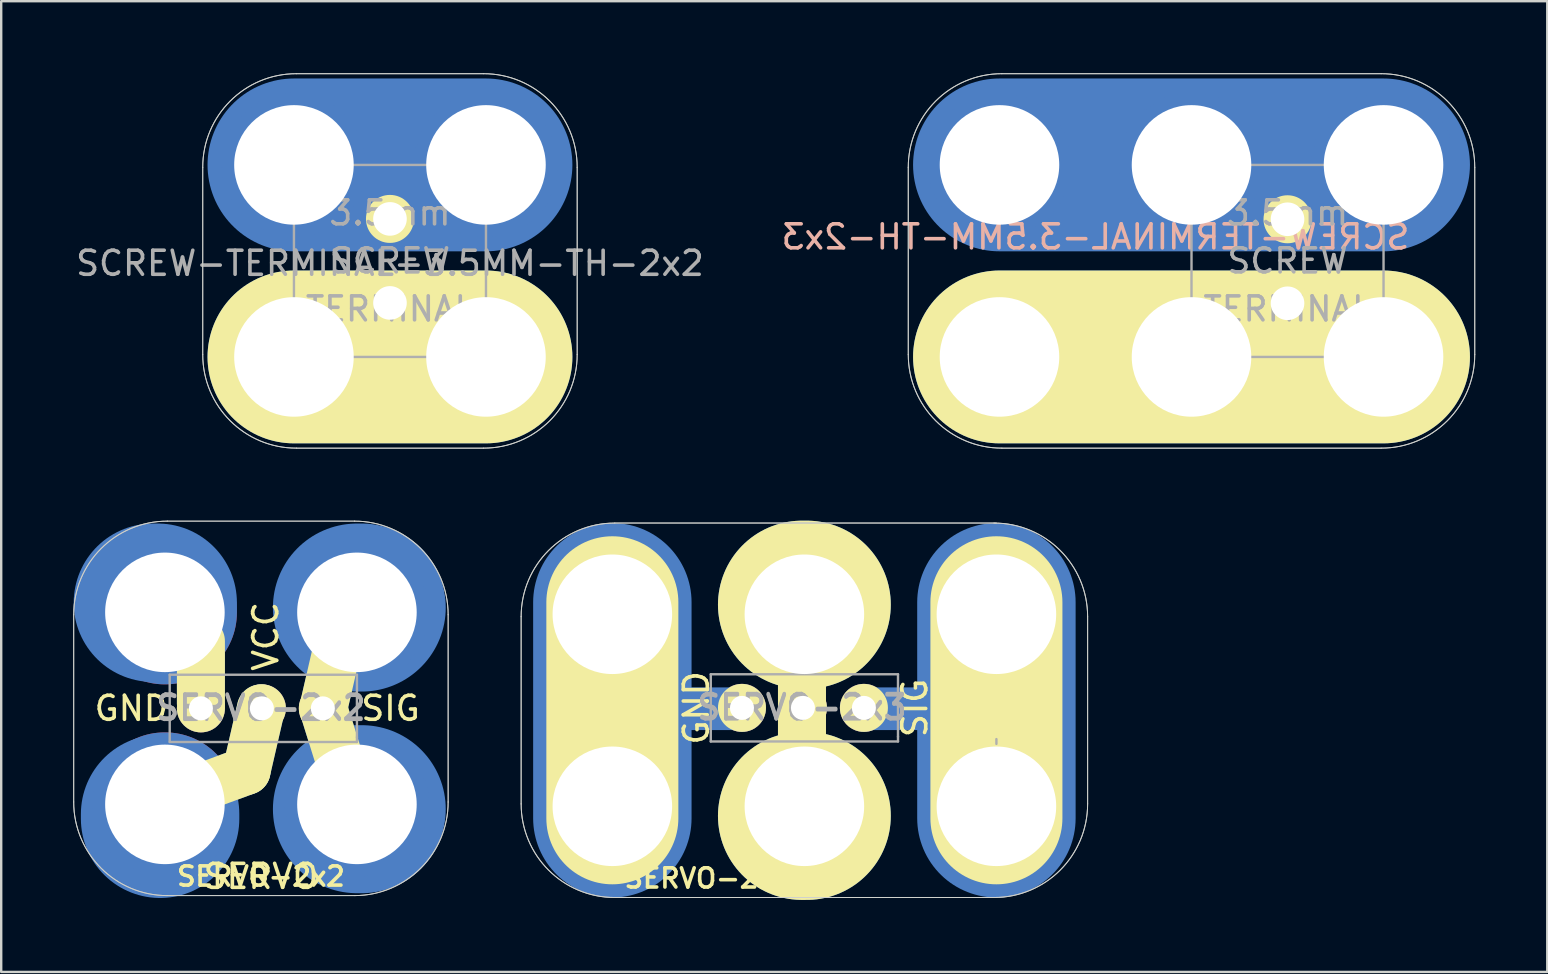
<source format=kicad_pcb>
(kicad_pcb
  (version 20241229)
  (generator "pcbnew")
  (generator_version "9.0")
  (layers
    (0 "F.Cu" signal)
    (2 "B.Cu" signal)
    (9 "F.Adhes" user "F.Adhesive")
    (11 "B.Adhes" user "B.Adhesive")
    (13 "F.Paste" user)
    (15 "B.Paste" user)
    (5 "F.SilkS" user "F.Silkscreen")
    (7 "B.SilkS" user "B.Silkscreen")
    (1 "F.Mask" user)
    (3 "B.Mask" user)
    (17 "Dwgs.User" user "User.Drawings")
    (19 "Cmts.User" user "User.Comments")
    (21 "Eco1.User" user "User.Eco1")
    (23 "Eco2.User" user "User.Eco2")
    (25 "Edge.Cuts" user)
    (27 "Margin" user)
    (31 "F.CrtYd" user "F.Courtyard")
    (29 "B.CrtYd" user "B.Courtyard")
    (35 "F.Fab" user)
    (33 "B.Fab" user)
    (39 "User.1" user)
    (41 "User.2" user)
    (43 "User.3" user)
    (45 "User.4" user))
  (footprint "SCREW-TERMINAL-3.5MM-TH-2x2"
    (layer "F.Cu")
    (at 9.196 11.82)
    (property "Reference" "SCREW-TERMINAL-3.5MM-TH-2x2" (at 4 -3.9 0) (layer "F.Fab") (effects (font (size 1 1) (thickness 0.15))))
    (attr through_hole)
    (fp_line (start 8 -8) (end 0 -8) (stroke (width 7.2) (type solid)) (layer "B.Cu"))
    (fp_line (start 8 0) (end 0 0) (stroke (width 7.2) (type solid)) (layer "B.Cu"))
    (fp_line (start 0 0) (end 8 0) (stroke (width 7.2) (type solid)) (layer "B.Mask"))
    (fp_line (start 8 -8) (end 0 -8) (stroke (width 7.2) (type solid)) (layer "B.Mask"))
    (fp_line (start 0 0) (end 8 0) (stroke (width 7.2) (type solid)) (layer "F.SilkS"))
    (fp_line (start -3.8 -0.1) (end -3.8 -7.9) (stroke (width 0.041) (type solid)) (layer "Edge.Cuts"))
    (fp_line (start 7.9 -11.8) (end 0.1 -11.8) (stroke (width 0.041) (type solid)) (layer "Edge.Cuts"))
    (fp_line (start 7.9 3.8) (end 0.1 3.8) (stroke (width 0.041) (type solid)) (layer "Edge.Cuts"))
    (fp_line (start 11.8 -0.1) (end 11.8 -7.9) (stroke (width 0.041) (type solid)) (layer "Edge.Cuts"))
    (fp_arc (start -3.8 -7.9) (mid -2.657716 -10.657716) (end 0.1 -11.8) (stroke (width 0.04064) (type solid)) (layer "Edge.Cuts"))
    (fp_arc (start 0.1 3.8) (mid -2.657716 2.657716) (end -3.8 -0.1) (stroke (width 0.04064) (type solid)) (layer "Edge.Cuts"))
    (fp_arc (start 7.9 -11.8) (mid 10.657716 -10.657716) (end 11.8 -7.9) (stroke (width 0.04064) (type solid)) (layer "Edge.Cuts"))
    (fp_arc (start 11.8 -0.1) (mid 10.657716 2.657716) (end 7.9 3.8) (stroke (width 0.04064) (type solid)) (layer "Edge.Cuts"))
    (fp_line (start -3.8 -0.1) (end -3.8 -7.9) (stroke (width 0.041) (type solid)) (layer "F.Fab"))
    (fp_line (start 0 -8) (end 8 -8) (stroke (width 0.1) (type solid)) (layer "F.Fab"))
    (fp_line (start 0 0) (end 0 -8) (stroke (width 0.1) (type solid)) (layer "F.Fab"))
    (fp_line (start 7.9 -11.8) (end 0.1 -11.8) (stroke (width 0.041) (type solid)) (layer "F.Fab"))
    (fp_line (start 7.9 3.8) (end 0.1 3.8) (stroke (width 0.041) (type solid)) (layer "F.Fab"))
    (fp_line (start 8 -8) (end 8 0) (stroke (width 0.1) (type solid)) (layer "F.Fab"))
    (fp_line (start 8 0) (end 0 0) (stroke (width 0.1) (type solid)) (layer "F.Fab"))
    (fp_line (start 11.8 -0.1) (end 11.8 -7.9) (stroke (width 0.041) (type solid)) (layer "F.Fab"))
    (fp_arc (start -3.8 -7.9) (mid -2.657716 -10.657716) (end 0.1 -11.8) (stroke (width 0.04064) (type solid)) (layer "F.Fab"))
    (fp_arc (start 0.1 3.8) (mid -2.657716 2.657716) (end -3.8 -0.1) (stroke (width 0.04064) (type solid)) (layer "F.Fab"))
    (fp_arc (start 7.9 -11.8) (mid 10.657716 -10.657716) (end 11.8 -7.9) (stroke (width 0.04064) (type solid)) (layer "F.Fab"))
    (fp_arc (start 11.8 -0.1) (mid 10.657716 2.657716) (end 7.9 3.8) (stroke (width 0.04064) (type solid)) (layer "F.Fab"))
    (fp_text user "3.5mm" (at 4 -6 0) (layer "F.Fab") (effects (font (size 1 1) (thickness 0.15))))
    (fp_text user "TERMINAL" (at 4 -2 0) (layer "F.Fab") (effects (font (size 1 1) (thickness 0.15))))
    (fp_text user "SCREW" (at 4 -4 0) (layer "F.Fab") (effects (font (size 1 1) (thickness 0.15))))
    (pad "1" thru_hole circle (at 0 -8) (size 6 6) (drill 4.98) (layers "*.Cu" "*.Mask"))
    (pad "1" thru_hole circle (at 4 -5.75) (size 2 2) (drill 1.4) (layers "*.Cu" "*.Mask" "F.SilkS"))
    (pad "1" thru_hole circle (at 8 -8) (size 6 6) (drill 4.98) (layers "*.Cu" "*.Mask"))
    (pad "2" thru_hole circle (at 0 0) (size 6 6) (drill 4.98) (layers "*.Cu" "*.Mask"))
    (pad "2" thru_hole circle (at 4 -2.25 270) (size 1.9 1.9) (drill 1.4) (layers "*.Cu" "*.Mask" "F.SilkS"))
    (pad "2" thru_hole circle (at 8 0) (size 6 6) (drill 4.98) (layers "*.Cu" "*.Mask")))
  (footprint "SERVO-2x2"
    (layer "F.Cu")
    (at 3.82 30.461)
    (property "Reference" "SERVO-2x2" (at 4 3 0) (layer "F.SilkS") (effects (font (size 0.8 0.8) (thickness 0.15))))
    (attr through_hole)
    (fp_line (start -0.3 -8.4) (end -0.5 -8.4) (stroke (width 6.6) (type solid)) (layer "B.Cu"))
    (fp_line (start -0.2 0.6) (end -0.2 0.4) (stroke (width 6.6) (type solid)) (layer "B.Cu"))
    (fp_line (start 1.5 -4.2) (end 1.5 -6.8) (stroke (width 2) (type solid)) (layer "B.Cu"))
    (fp_line (start 3.4 -1.4) (end -0.4 0) (stroke (width 2) (type solid)) (layer "B.Cu"))
    (fp_line (start 3.4 -1.4) (end 4 -4) (stroke (width 2) (type solid)) (layer "B.Cu"))
    (fp_line (start 6.6 -4) (end 7.2 -6.6) (stroke (width 2) (type solid)) (layer "B.Cu"))
    (fp_line (start 7.6 -0.8) (end 6.6 -4) (stroke (width 2) (type solid)) (layer "B.Cu"))
    (fp_line (start 8 -8.2) (end 8.2 -8.2) (stroke (width 7) (type solid)) (layer "B.Cu"))
    (fp_line (start 8 0.2) (end 8.2 0.2) (stroke (width 7) (type solid)) (layer "B.Cu"))
    (fp_line (start -0.3 -8.4) (end -0.5 -8.4) (stroke (width 6.6) (type solid)) (layer "B.Mask"))
    (fp_line (start -0.2 0.6) (end -0.2 0.4) (stroke (width 6.6) (type solid)) (layer "B.Mask"))
    (fp_line (start 8 -8.2) (end 8.2 -8.2) (stroke (width 7) (type solid)) (layer "B.Mask"))
    (fp_line (start 8 0.2) (end 8.2 0.2) (stroke (width 7) (type solid)) (layer "B.Mask"))
    (fp_line (start 1.5 -4.2) (end 1.5 -6.8) (stroke (width 2) (type solid)) (layer "F.SilkS"))
    (fp_line (start 3.4 -1.4) (end -0.4 0) (stroke (width 2) (type solid)) (layer "F.SilkS"))
    (fp_line (start 3.4 -1.4) (end 4 -4) (stroke (width 2) (type solid)) (layer "F.SilkS"))
    (fp_line (start 6.6 -4) (end 7.2 -6.6) (stroke (width 2) (type solid)) (layer "F.SilkS"))
    (fp_line (start 7.6 -0.8) (end 6.6 -4) (stroke (width 2) (type solid)) (layer "F.SilkS"))
    (fp_line (start -3.8 -0.1) (end -3.8 -7.9) (stroke (width 0.041) (type solid)) (layer "Edge.Cuts"))
    (fp_line (start 7.9 -11.8) (end 0.1 -11.8) (stroke (width 0.041) (type solid)) (layer "Edge.Cuts"))
    (fp_line (start 7.9 3.8) (end 0.1 3.8) (stroke (width 0.041) (type solid)) (layer "Edge.Cuts"))
    (fp_line (start 11.8 -0.1) (end 11.8 -7.9) (stroke (width 0.041) (type solid)) (layer "Edge.Cuts"))
    (fp_arc (start -3.8 -7.9) (mid -2.657716 -10.657716) (end 0.1 -11.8) (stroke (width 0.04064) (type solid)) (layer "Edge.Cuts"))
    (fp_arc (start 0.1 3.8) (mid -2.657716 2.657716) (end -3.8 -0.1) (stroke (width 0.04064) (type solid)) (layer "Edge.Cuts"))
    (fp_arc (start 7.9 -11.8) (mid 10.657716 -10.657716) (end 11.8 -7.9) (stroke (width 0.04064) (type solid)) (layer "Edge.Cuts"))
    (fp_arc (start 11.8 -0.1) (mid 10.657716 2.657716) (end 7.9 3.8) (stroke (width 0.04064) (type solid)) (layer "Edge.Cuts"))
    (fp_line (start -3.8 -0.1) (end -3.8 -7.9) (stroke (width 0.041) (type solid)) (layer "F.Fab"))
    (fp_line (start 0.2 -5.4) (end 8 -5.4) (stroke (width 0.1) (type solid)) (layer "F.Fab"))
    (fp_line (start 0.2 -2.6) (end 0.2 -5.4) (stroke (width 0.1) (type solid)) (layer "F.Fab"))
    (fp_line (start 7.9 -11.8) (end 0.1 -11.8) (stroke (width 0.041) (type solid)) (layer "F.Fab"))
    (fp_line (start 7.9 3.8) (end 0.1 3.8) (stroke (width 0.041) (type solid)) (layer "F.Fab"))
    (fp_line (start 8 -5.4) (end 8 -2.8) (stroke (width 0.1) (type solid)) (layer "F.Fab"))
    (fp_line (start 8 -2.8) (end 8 -2.6) (stroke (width 0.1) (type solid)) (layer "F.Fab"))
    (fp_line (start 8 -2.6) (end 0.2 -2.6) (stroke (width 0.1) (type solid)) (layer "F.Fab"))
    (fp_line (start 11.8 -0.1) (end 11.8 -7.9) (stroke (width 0.041) (type solid)) (layer "F.Fab"))
    (fp_arc (start -3.8 -7.9) (mid -2.657716 -10.657716) (end 0.1 -11.8) (stroke (width 0.04064) (type solid)) (layer "F.Fab"))
    (fp_arc (start 0.1 3.8) (mid -2.657716 2.657716) (end -3.8 -0.1) (stroke (width 0.04064) (type solid)) (layer "F.Fab"))
    (fp_arc (start 7.9 -11.8) (mid 10.657716 -10.657716) (end 11.8 -7.9) (stroke (width 0.04064) (type solid)) (layer "F.Fab"))
    (fp_arc (start 11.8 -0.1) (mid 10.657716 2.657716) (end 7.9 3.8) (stroke (width 0.04064) (type solid)) (layer "F.Fab"))
    (fp_text user "SIG" (at 9.4 -4 180) (layer "F.SilkS") (effects (font (size 1 1) (thickness 0.15))))
    (fp_text user "SERVO" (at 4 3 0) (layer "F.SilkS") (effects (font (size 1 1) (thickness 0.15))))
    (fp_text user "GND" (at -1.4 -4 180) (layer "F.SilkS") (effects (font (size 1 1) (thickness 0.15))))
    (fp_text user "VCC" (at 4.2 -7 90) (layer "F.SilkS") (effects (font (size 1 1) (thickness 0.15))))
    (fp_text user "${REFERENCE}" (at 4 -4 0) (layer "F.Fab") (effects (font (size 1 1) (thickness 0.15))))
    (fp_text user "${REFERENCE}" (at 4 -4.05 0) (layer "F.Fab") (effects (font (size 1 1) (thickness 0.15))))
    (pad "GND" thru_hole circle (at 0 -8) (size 6 6) (drill 4.98) (layers "*.Cu" "*.Mask"))
    (pad "GND" thru_hole circle (at 1.5 -4) (size 2 2) (drill 1.001) (layers "*.Cu" "*.Mask" "F.SilkS"))
    (pad "SIG" thru_hole circle (at 6.58 -4) (size 2 2) (drill 1.001) (layers "*.Cu" "*.Mask" "F.SilkS"))
    (pad "SIG" thru_hole circle (at 8 -8) (size 6 6) (drill 4.98) (layers "*.Cu" "*.Mask"))
    (pad "SIG" thru_hole circle (at 8 0) (size 6 6) (drill 4.98) (layers "*.Cu" "*.Mask"))
    (pad "VCC" thru_hole circle (at 0 0) (size 6 6) (drill 4.98) (layers "*.Cu" "*.Mask"))
    (pad "VCC" thru_hole circle (at 4.04 -4) (size 2 2) (drill 1.001) (layers "*.Cu" "*.Mask" "F.SilkS")))
  (footprint "SCREW-TERMINAL-3.5MM-TH-2x3"
    (layer "F.Cu")
    (at 46.589 11.82)
    (property "Reference" "SCREW-TERMINAL-3.5MM-TH-2x3" (at -4 -5 0) (layer "B.SilkS") (effects (font (size 1 1) (thickness 0.15)) (justify mirror)))
    (attr through_hole)
    (fp_line (start 8 -8) (end -8 -8) (stroke (width 7.2) (type solid)) (layer "B.Cu"))
    (fp_line (start 8 0) (end -8 0) (stroke (width 7.2) (type solid)) (layer "B.Cu"))
    (fp_line (start 8 -8) (end -8 -8) (stroke (width 7.2) (type solid)) (layer "B.Mask"))
    (fp_line (start 8 0) (end -8 0) (stroke (width 7.2) (type solid)) (layer "B.Mask"))
    (fp_line (start 8 0) (end -8 0) (stroke (width 7.2) (type solid)) (layer "F.SilkS"))
    (fp_line (start -11.8 -0.1) (end -11.8 -7.9) (stroke (width 0.041) (type solid)) (layer "Edge.Cuts"))
    (fp_line (start 7.9 -11.8) (end -7.9 -11.8) (stroke (width 0.041) (type solid)) (layer "Edge.Cuts"))
    (fp_line (start 7.9 3.8) (end -7.9 3.8) (stroke (width 0.041) (type solid)) (layer "Edge.Cuts"))
    (fp_line (start 11.8 -0.1) (end 11.8 -7.9) (stroke (width 0.041) (type solid)) (layer "Edge.Cuts"))
    (fp_arc (start -11.8 -7.9) (mid -10.657716 -10.657716) (end -7.9 -11.8) (stroke (width 0.04064) (type solid)) (layer "Edge.Cuts"))
    (fp_arc (start -7.9 3.8) (mid -10.657716 2.657716) (end -11.8 -0.1) (stroke (width 0.04064) (type solid)) (layer "Edge.Cuts"))
    (fp_arc (start 7.9 -11.8) (mid 10.657716 -10.657716) (end 11.8 -7.9) (stroke (width 0.04064) (type solid)) (layer "Edge.Cuts"))
    (fp_arc (start 11.8 -0.1) (mid 10.657716 2.657716) (end 7.9 3.8) (stroke (width 0.04064) (type solid)) (layer "Edge.Cuts"))
    (fp_line (start -11.8 -0.1) (end -11.8 -7.9) (stroke (width 0.041) (type solid)) (layer "F.Fab"))
    (fp_line (start 0 -8) (end 0 0) (stroke (width 0.1) (type solid)) (layer "F.Fab"))
    (fp_line (start 0 0) (end 8 0) (stroke (width 0.1) (type solid)) (layer "F.Fab"))
    (fp_line (start 7.9 -11.8) (end -7.9 -11.8) (stroke (width 0.041) (type solid)) (layer "F.Fab"))
    (fp_line (start 7.9 3.8) (end -7.9 3.8) (stroke (width 0.041) (type solid)) (layer "F.Fab"))
    (fp_line (start 8 -8) (end 0 -8) (stroke (width 0.1) (type solid)) (layer "F.Fab"))
    (fp_line (start 8 0) (end 8 -8) (stroke (width 0.1) (type solid)) (layer "F.Fab"))
    (fp_line (start 11.8 -0.1) (end 11.8 -7.9) (stroke (width 0.041) (type solid)) (layer "F.Fab"))
    (fp_arc (start -11.8 -7.9) (mid -10.657716 -10.657716) (end -7.9 -11.8) (stroke (width 0.04064) (type solid)) (layer "F.Fab"))
    (fp_arc (start -7.9 3.8) (mid -10.657716 2.657716) (end -11.8 -0.1) (stroke (width 0.04064) (type solid)) (layer "F.Fab"))
    (fp_arc (start 7.9 -11.8) (mid 10.657716 -10.657716) (end 11.8 -7.9) (stroke (width 0.04064) (type solid)) (layer "F.Fab"))
    (fp_arc (start 11.8 -0.1) (mid 10.657716 2.657716) (end 7.9 3.8) (stroke (width 0.04064) (type solid)) (layer "F.Fab"))
    (fp_text user "SCREW" (at 4 -4 0) (layer "F.Fab") (effects (font (size 1 1) (thickness 0.15))))
    (fp_text user "TERMINAL" (at 4 -2 0) (layer "F.Fab") (effects (font (size 1 1) (thickness 0.15))))
    (fp_text user "3.5mm" (at 4 -6 0) (layer "F.Fab") (effects (font (size 1 1) (thickness 0.15))))
    (pad "+" thru_hole circle (at -8 -8) (size 6 6) (drill 4.98) (layers "*.Cu" "*.Mask"))
    (pad "+" thru_hole circle (at 0 -8) (size 6 6) (drill 4.98) (layers "*.Cu" "*.Mask"))
    (pad "+" thru_hole circle (at 4 -5.735) (size 2 2) (drill 1.4) (layers "*.Cu" "*.Mask" "F.SilkS"))
    (pad "+" thru_hole circle (at 8 -8) (size 6 6) (drill 4.98) (layers "*.Cu" "*.Mask"))
    (pad "-" thru_hole circle (at -8 0) (size 6 6) (drill 4.98) (layers "*.Cu" "*.Mask"))
    (pad "-" thru_hole circle (at 0 0) (size 6 6) (drill 4.98) (layers "*.Cu" "*.Mask"))
    (pad "-" thru_hole circle (at 4 -2.235 270) (size 1.9 1.9) (drill 1.4) (layers "*.Cu" "*.Mask" "F.SilkS"))
    (pad "-" thru_hole circle (at 8 0) (size 6 6) (drill 4.98) (layers "*.Cu" "*.Mask")))
  (footprint "SERVO-2x3"
    (layer "F.Cu")
    (at 22.461 30.541)
    (property "Reference" "SERVO-2x3" (at 4 3 0) (layer "F.SilkS") (effects (font (size 0.8 0.8) (thickness 0.15))))
    (attr through_hole)
    (fp_line (start 0 0.5) (end 0 -8.5) (stroke (width 6.6) (type solid)) (layer "B.Cu"))
    (fp_line (start 5.334 -4.064) (end 0 -4.064) (stroke (width 1.778) (type solid)) (layer "B.Cu"))
    (fp_line (start 7.9 -8.4) (end 8.1 -8.4) (stroke (width 7) (type solid)) (layer "B.Cu"))
    (fp_line (start 7.9 0) (end 7.9 -8) (stroke (width 2) (type solid)) (layer "B.Cu"))
    (fp_line (start 7.9 0.4) (end 8.1 0.4) (stroke (width 7) (type solid)) (layer "B.Cu"))
    (fp_line (start 15.748 -4.064) (end 10.414 -4.064) (stroke (width 1.778) (type solid)) (layer "B.Cu"))
    (fp_line (start 16 0.5) (end 16 -8.5) (stroke (width 6.6) (type solid)) (layer "B.Cu"))
    (fp_line (start 0 0.5) (end 0 -8.5) (stroke (width 6.6) (type solid)) (layer "B.Mask"))
    (fp_line (start 7.9 -8.4) (end 8.1 -8.4) (stroke (width 7) (type solid)) (layer "B.Mask"))
    (fp_line (start 7.9 0) (end 7.9 -8) (stroke (width 2) (type solid)) (layer "B.Mask"))
    (fp_line (start 7.9 0.4) (end 8.1 0.4) (stroke (width 7) (type solid)) (layer "B.Mask"))
    (fp_line (start 16 0.5) (end 16 -8.5) (stroke (width 6.6) (type solid)) (layer "B.Mask"))
    (fp_line (start 0 0.5) (end 0 -8.5) (stroke (width 5.5) (type solid)) (layer "F.SilkS"))
    (fp_line (start 7.9 -8.4) (end 8.1 -8.4) (stroke (width 7) (type solid)) (layer "F.SilkS"))
    (fp_line (start 7.9 0) (end 7.9 -8) (stroke (width 2) (type solid)) (layer "F.SilkS"))
    (fp_line (start 7.9 0.4) (end 8.1 0.4) (stroke (width 7) (type solid)) (layer "F.SilkS"))
    (fp_line (start 16 0.5) (end 16 -8.5) (stroke (width 5.5) (type solid)) (layer "F.SilkS"))
    (fp_line (start -3.8 -0.1) (end -3.8 -7.9) (stroke (width 0.041) (type solid)) (layer "Edge.Cuts"))
    (fp_line (start 16 -11.8) (end 0.1 -11.8) (stroke (width 0.041) (type solid)) (layer "Edge.Cuts"))
    (fp_line (start 16 3.8) (end 0.1 3.8) (stroke (width 0.041) (type solid)) (layer "Edge.Cuts"))
    (fp_line (start 19.8 -0.1) (end 19.8 -7.9) (stroke (width 0.041) (type solid)) (layer "Edge.Cuts"))
    (fp_arc (start -3.8 -7.9) (mid -2.657716 -10.657716) (end 0.1 -11.8) (stroke (width 0.04064) (type solid)) (layer "Edge.Cuts"))
    (fp_arc (start 0.1 3.8) (mid -2.657716 2.657716) (end -3.8 -0.1) (stroke (width 0.04064) (type solid)) (layer "Edge.Cuts"))
    (fp_arc (start 15.9 -11.8) (mid 18.657716 -10.657716) (end 19.8 -7.9) (stroke (width 0.04064) (type solid)) (layer "Edge.Cuts"))
    (fp_arc (start 19.8 -0.1) (mid 18.657716 2.657716) (end 15.9 3.8) (stroke (width 0.04064) (type solid)) (layer "Edge.Cuts"))
    (fp_line (start -3.8 -0.1) (end -3.8 -7.9) (stroke (width 0.041) (type solid)) (layer "F.Fab"))
    (fp_line (start 4.1 -5.5) (end 11.9 -5.5) (stroke (width 0.1) (type solid)) (layer "F.Fab"))
    (fp_line (start 4.1 -2.7) (end 4.1 -5.5) (stroke (width 0.1) (type solid)) (layer "F.Fab"))
    (fp_line (start 11.9 -5.5) (end 11.9 -2.9) (stroke (width 0.1) (type solid)) (layer "F.Fab"))
    (fp_line (start 11.9 -2.9) (end 11.9 -2.7) (stroke (width 0.1) (type solid)) (layer "F.Fab"))
    (fp_line (start 11.9 -2.7) (end 4.1 -2.7) (stroke (width 0.1) (type solid)) (layer "F.Fab"))
    (fp_line (start 15.9 -11.8) (end 0.1 -11.8) (stroke (width 0.041) (type solid)) (layer "F.Fab"))
    (fp_line (start 15.9 3.8) (end 0.1 3.8) (stroke (width 0.041) (type solid)) (layer "F.Fab"))
    (fp_line (start 16 -2.8) (end 16 -2.6) (stroke (width 0.1) (type solid)) (layer "F.Fab"))
    (fp_line (start 19.8 -0.1) (end 19.8 -7.9) (stroke (width 0.041) (type solid)) (layer "F.Fab"))
    (fp_arc (start -3.8 -7.9) (mid -2.657716 -10.657716) (end 0.1 -11.8) (stroke (width 0.04064) (type solid)) (layer "F.Fab"))
    (fp_arc (start 0.1 3.8) (mid -2.657716 2.657716) (end -3.8 -0.1) (stroke (width 0.04064) (type solid)) (layer "F.Fab"))
    (fp_arc (start 15.9 -11.8) (mid 18.657716 -10.657716) (end 19.8 -7.9) (stroke (width 0.04064) (type solid)) (layer "F.Fab"))
    (fp_arc (start 19.8 -0.1) (mid 18.657716 2.657716) (end 15.9 3.8) (stroke (width 0.04064) (type solid)) (layer "F.Fab"))
    (fp_text user "GND" (at 3.5 -4.1 270) (layer "F.SilkS") (effects (font (size 1 1) (thickness 0.15))))
    (fp_text user "VCC" (at 8.1 -7.1 90) (layer "F.SilkS") (effects (font (size 1 1) (thickness 0.15))))
    (fp_text user "SIG" (at 12.6 -4.1 270) (layer "F.SilkS") (effects (font (size 1 1) (thickness 0.15))))
    (fp_text user "${REFERENCE}" (at 7.9 -4.15 0) (layer "F.Fab") (effects (font (size 1 1) (thickness 0.15))))
    (fp_text user "${REFERENCE}" (at 7.9 -4.1 0) (layer "F.Fab") (effects (font (size 1 1) (thickness 0.15))))
    (pad "GND" thru_hole circle (at 0 -8) (size 6 6) (drill 4.98) (layers "*.Cu" "*.Mask"))
    (pad "GND" thru_hole circle (at 0 0) (size 6 6) (drill 4.98) (layers "*.Cu" "*.Mask"))
    (pad "GND" thru_hole circle (at 5.4 -4.1) (size 2 2) (drill 1.001) (layers "*.Cu" "*.Mask" "F.SilkS"))
    (pad "SIG" thru_hole circle (at 10.48 -4.1) (size 2 2) (drill 1.001) (layers "*.Cu" "*.Mask" "F.SilkS"))
    (pad "SIG" thru_hole circle (at 16 -8) (size 6 6) (drill 4.98) (layers "*.Cu" "*.Mask"))
    (pad "SIG" thru_hole circle (at 16 0) (size 6 6) (drill 4.98) (layers "*.Cu" "*.Mask"))
    (pad "VCC" thru_hole circle (at 7.94 -4.1) (size 2 2) (drill 1.001) (layers "*.Cu" "*.Mask" "F.SilkS"))
    (pad "VCC" thru_hole circle (at 8 -8) (size 6 6) (drill 4.98) (layers "*.Cu" "*.Mask"))
    (pad "VCC" thru_hole circle (at 8 0) (size 6 6) (drill 4.98) (layers "*.Cu" "*.Mask")))
  (gr_rect
    (start -3 -3)
    (end 61.41 37.441)
    (stroke (width 0.1) (type default))
    (fill no)
    (layer "Edge.Cuts")))
</source>
